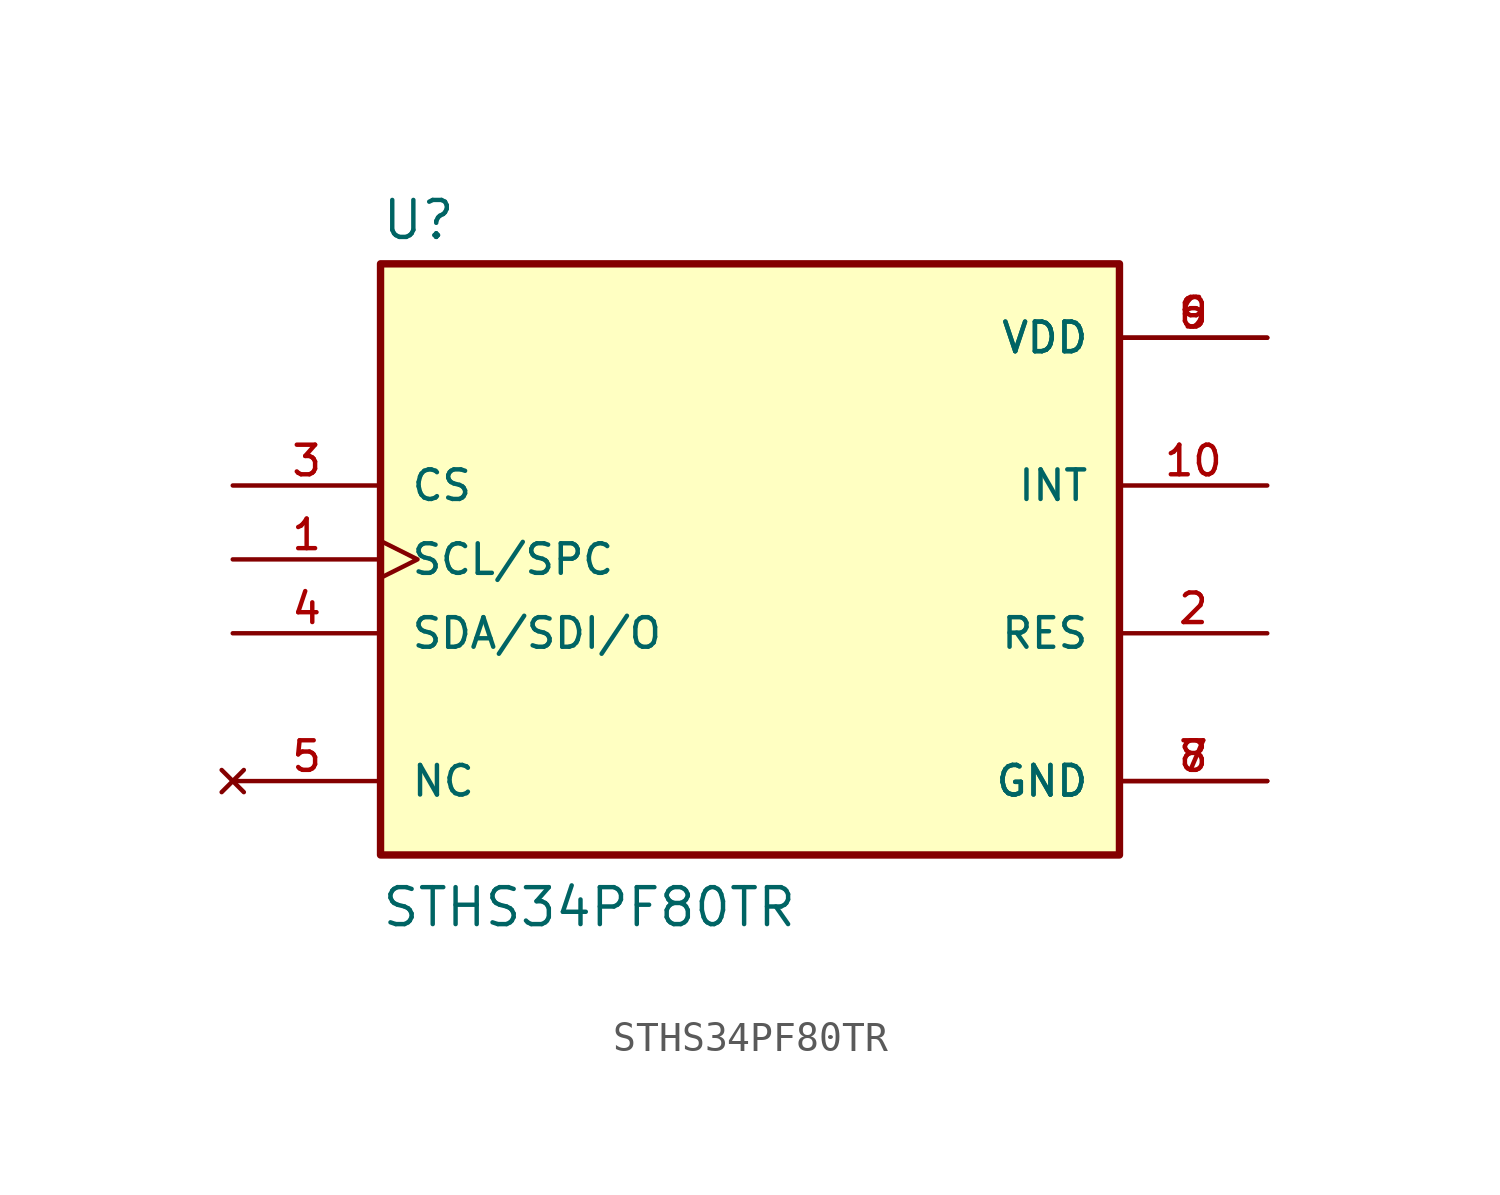
<source format=kicad_sym>
(kicad_symbol_lib
  (version 20211014)
  (generator kicad_symbol_editor)
  (symbol "STHS34PF80TR"
    (pin_names
      (offset 1.016))
    (property "Reference" "U"
      (at -12.7 10.922 0)
      (effects (font (size 1.27 1.27)) (justify bottom left)))
    (property "Value" "STHS34PF80TR"
      (at -12.7 -12.7 0)
      (effects (font (size 1.27 1.27)) (justify bottom left)))
    (symbol "STHS34PF80TR_0_0"
      (rectangle (start -12.7 -10.16) (end 12.7 10.16) (stroke (width 0.254)) (fill (type background)))
      (pin input clock (at -17.78 0.0 0) (length 5.08) (name "SCL/SPC" (effects (font (size 1.016 1.016)))) (number "1" (effects (font (size 1.016 1.016)))))
      (pin passive line (at 17.78 -2.54 180.0) (length 5.08) (name "RES" (effects (font (size 1.016 1.016)))) (number "2" (effects (font (size 1.016 1.016)))))
      (pin input line (at -17.78 2.54 0) (length 5.08) (name "CS" (effects (font (size 1.016 1.016)))) (number "3" (effects (font (size 1.016 1.016)))))
      (pin bidirectional line (at -17.78 -2.54 0) (length 5.08) (name "SDA/SDI/O" (effects (font (size 1.016 1.016)))) (number "4" (effects (font (size 1.016 1.016)))))
      (pin no_connect line (at -17.78 -7.62 0) (length 5.08) (name "NC" (effects (font (size 1.016 1.016)))) (number "5" (effects (font (size 1.016 1.016)))))
      (pin power_in line (at 17.78 7.62 180.0) (length 5.08) (name "VDD" (effects (font (size 1.016 1.016)))) (number "6" (effects (font (size 1.016 1.016)))))
      (pin power_in line (at 17.78 7.62 180.0) (length 5.08) (name "VDD" (effects (font (size 1.016 1.016)))) (number "9" (effects (font (size 1.016 1.016)))))
      (pin power_in line (at 17.78 -7.62 180.0) (length 5.08) (name "GND" (effects (font (size 1.016 1.016)))) (number "7" (effects (font (size 1.016 1.016)))))
      (pin power_in line (at 17.78 -7.62 180.0) (length 5.08) (name "GND" (effects (font (size 1.016 1.016)))) (number "8" (effects (font (size 1.016 1.016)))))
      (pin output line (at 17.78 2.54 180.0) (length 5.08) (name "INT" (effects (font (size 1.016 1.016)))) (number "10" (effects (font (size 1.016 1.016))))))))
</source>
